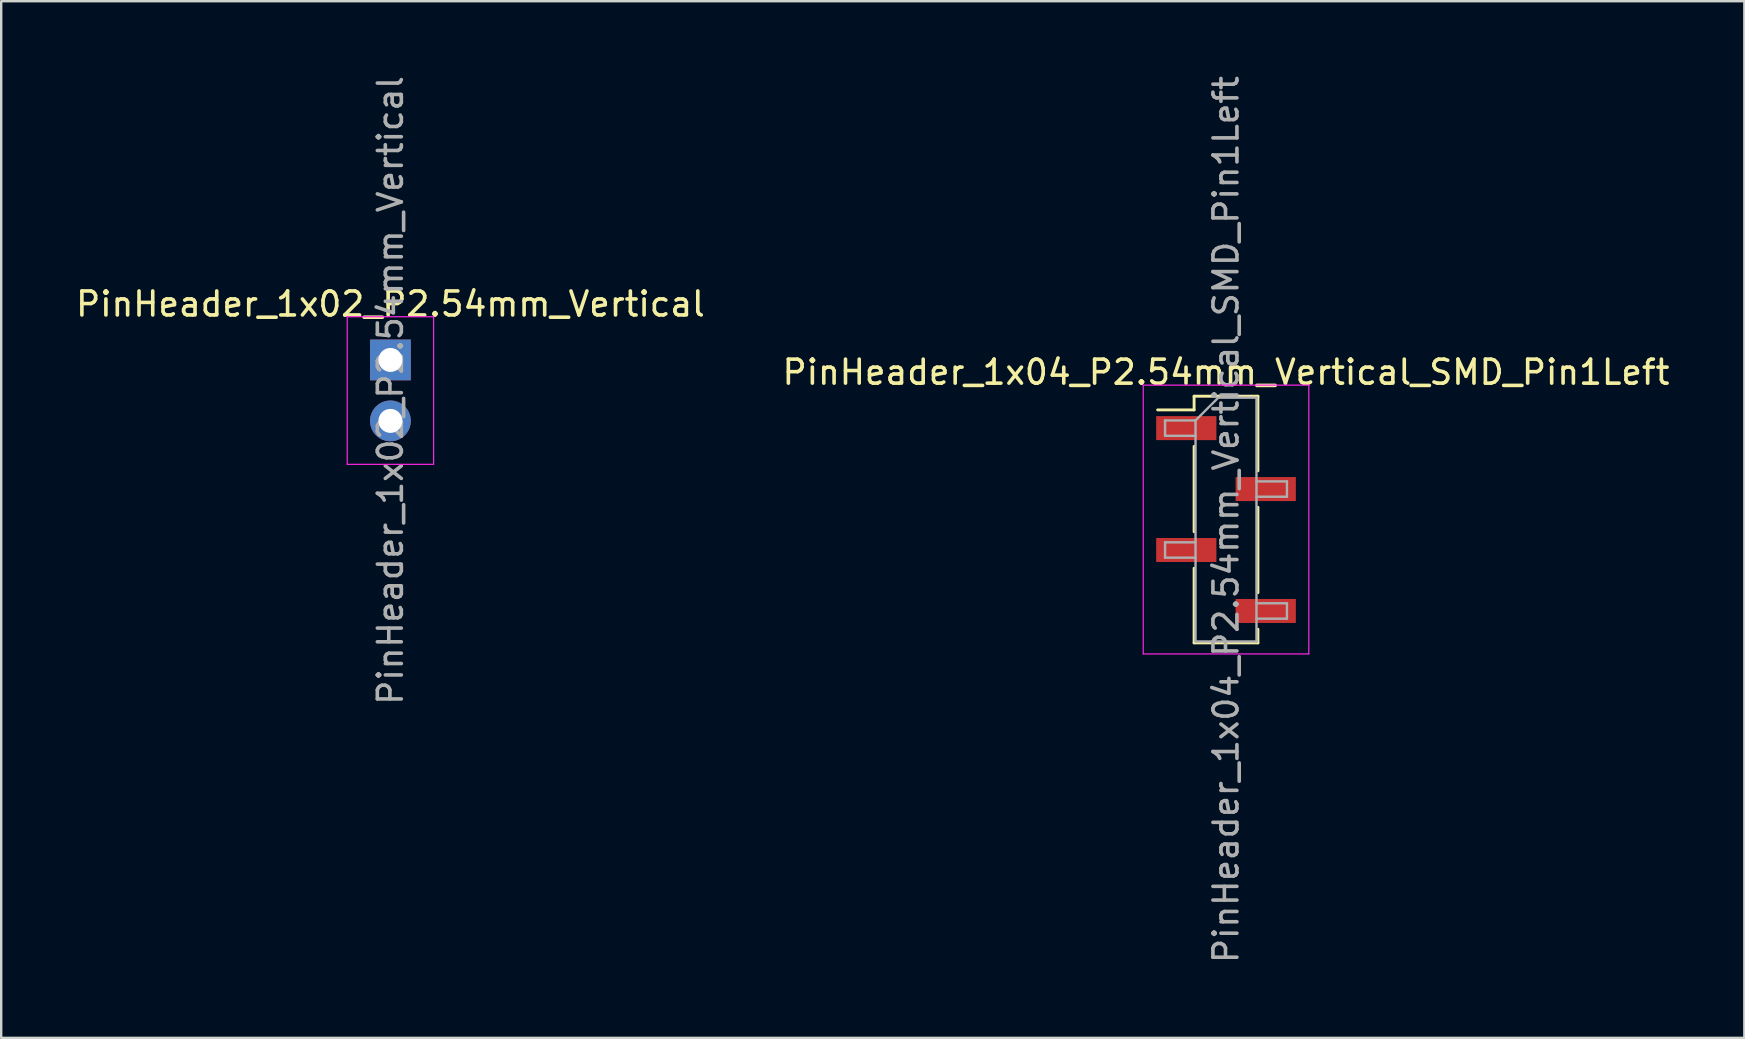
<source format=kicad_pcb>
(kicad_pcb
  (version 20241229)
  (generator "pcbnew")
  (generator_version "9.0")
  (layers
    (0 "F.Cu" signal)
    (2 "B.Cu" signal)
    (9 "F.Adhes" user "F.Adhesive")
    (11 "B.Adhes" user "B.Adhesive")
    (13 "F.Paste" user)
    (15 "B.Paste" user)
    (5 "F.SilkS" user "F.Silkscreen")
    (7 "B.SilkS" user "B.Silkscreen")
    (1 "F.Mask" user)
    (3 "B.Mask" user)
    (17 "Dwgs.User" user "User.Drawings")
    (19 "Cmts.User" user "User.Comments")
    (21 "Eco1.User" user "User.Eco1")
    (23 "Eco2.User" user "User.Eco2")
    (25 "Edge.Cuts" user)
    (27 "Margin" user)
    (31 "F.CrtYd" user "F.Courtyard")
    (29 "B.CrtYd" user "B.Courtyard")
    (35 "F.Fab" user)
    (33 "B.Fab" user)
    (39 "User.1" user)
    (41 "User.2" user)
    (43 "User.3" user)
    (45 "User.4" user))
  (footprint "PinHeader_1x04_P2.54mm_Vertical_SMD_Pin1Left"
    (layer "F.Cu")
    (at 48.042 18.601)
    (property "Reference" "PinHeader_1x04_P2.54mm_Vertical_SMD_Pin1Left" (at 0 -6.14 0) (layer "F.SilkS") (effects (font (size 1 1) (thickness 0.15))))
    (attr smd)
    (fp_line (start -1.33 -5.14) (end -1.33 -4.57) (stroke (width 0.12) (type solid)) (layer "F.SilkS"))
    (fp_line (start -1.33 -5.14) (end 1.33 -5.14) (stroke (width 0.12) (type solid)) (layer "F.SilkS"))
    (fp_line (start -1.33 -4.57) (end -2.85 -4.57) (stroke (width 0.12) (type solid)) (layer "F.SilkS"))
    (fp_line (start -1.33 -3.05) (end -1.33 0.51) (stroke (width 0.12) (type solid)) (layer "F.SilkS"))
    (fp_line (start -1.33 2.03) (end -1.33 5.14) (stroke (width 0.12) (type solid)) (layer "F.SilkS"))
    (fp_line (start -1.33 5.14) (end 1.33 5.14) (stroke (width 0.12) (type solid)) (layer "F.SilkS"))
    (fp_line (start 1.33 -5.14) (end 1.33 -2.03) (stroke (width 0.12) (type solid)) (layer "F.SilkS"))
    (fp_line (start 1.33 -0.51) (end 1.33 3.05) (stroke (width 0.12) (type solid)) (layer "F.SilkS"))
    (fp_line (start 1.33 4.57) (end 1.33 5.14) (stroke (width 0.12) (type solid)) (layer "F.SilkS"))
    (fp_line (start -3.45 -5.6) (end -3.45 5.6) (stroke (width 0.05) (type solid)) (layer "F.CrtYd"))
    (fp_line (start -3.45 5.6) (end 3.45 5.6) (stroke (width 0.05) (type solid)) (layer "F.CrtYd"))
    (fp_line (start 3.45 -5.6) (end -3.45 -5.6) (stroke (width 0.05) (type solid)) (layer "F.CrtYd"))
    (fp_line (start 3.45 5.6) (end 3.45 -5.6) (stroke (width 0.05) (type solid)) (layer "F.CrtYd"))
    (fp_line (start -2.54 -4.13) (end -2.54 -3.49) (stroke (width 0.1) (type solid)) (layer "F.Fab"))
    (fp_line (start -2.54 -3.49) (end -1.27 -3.49) (stroke (width 0.1) (type solid)) (layer "F.Fab"))
    (fp_line (start -2.54 0.95) (end -2.54 1.59) (stroke (width 0.1) (type solid)) (layer "F.Fab"))
    (fp_line (start -2.54 1.59) (end -1.27 1.59) (stroke (width 0.1) (type solid)) (layer "F.Fab"))
    (fp_line (start -1.27 -4.13) (end -2.54 -4.13) (stroke (width 0.1) (type solid)) (layer "F.Fab"))
    (fp_line (start -1.27 -4.13) (end -0.32 -5.08) (stroke (width 0.1) (type solid)) (layer "F.Fab"))
    (fp_line (start -1.27 0.95) (end -2.54 0.95) (stroke (width 0.1) (type solid)) (layer "F.Fab"))
    (fp_line (start -1.27 5.08) (end -1.27 -4.13) (stroke (width 0.1) (type solid)) (layer "F.Fab"))
    (fp_line (start -0.32 -5.08) (end 1.27 -5.08) (stroke (width 0.1) (type solid)) (layer "F.Fab"))
    (fp_line (start 1.27 -5.08) (end 1.27 5.08) (stroke (width 0.1) (type solid)) (layer "F.Fab"))
    (fp_line (start 1.27 -1.59) (end 2.54 -1.59) (stroke (width 0.1) (type solid)) (layer "F.Fab"))
    (fp_line (start 1.27 3.49) (end 2.54 3.49) (stroke (width 0.1) (type solid)) (layer "F.Fab"))
    (fp_line (start 1.27 5.08) (end -1.27 5.08) (stroke (width 0.1) (type solid)) (layer "F.Fab"))
    (fp_line (start 2.54 -1.59) (end 2.54 -0.95) (stroke (width 0.1) (type solid)) (layer "F.Fab"))
    (fp_line (start 2.54 -0.95) (end 1.27 -0.95) (stroke (width 0.1) (type solid)) (layer "F.Fab"))
    (fp_line (start 2.54 3.49) (end 2.54 4.13) (stroke (width 0.1) (type solid)) (layer "F.Fab"))
    (fp_line (start 2.54 4.13) (end 1.27 4.13) (stroke (width 0.1) (type solid)) (layer "F.Fab"))
    (fp_text user "${REFERENCE}" (at 0 0 90) (layer "F.Fab") (effects (font (size 1 1) (thickness 0.15))))
    (pad "1" smd rect (at -1.655 -3.81) (size 2.51 1) (layers "F.Cu" "F.Mask" "F.Paste"))
    (pad "2" smd rect (at 1.655 -1.27) (size 2.51 1) (layers "F.Cu" "F.Mask" "F.Paste"))
    (pad "3" smd rect (at -1.655 1.27) (size 2.51 1) (layers "F.Cu" "F.Mask" "F.Paste"))
    (pad "4" smd rect (at 1.655 3.81) (size 2.51 1) (layers "F.Cu" "F.Mask" "F.Paste")))
  (footprint "PinHeader_1x02_P2.54mm_Vertical"
    (layer "F.Cu")
    (at 13.22 11.95)
    (property "Reference" "PinHeader_1x02_P2.54mm_Vertical" (at 0 -2.33 0) (layer "F.SilkS") (effects (font (size 1 1) (thickness 0.15))))
    (attr through_hole)
    (fp_line (start -1.8 -1.8) (end -1.8 4.35) (stroke (width 0.05) (type solid)) (layer "F.CrtYd"))
    (fp_line (start -1.8 4.35) (end 1.8 4.35) (stroke (width 0.05) (type solid)) (layer "F.CrtYd"))
    (fp_line (start 1.8 -1.8) (end -1.8 -1.8) (stroke (width 0.05) (type solid)) (layer "F.CrtYd"))
    (fp_line (start 1.8 4.35) (end 1.8 -1.8) (stroke (width 0.05) (type solid)) (layer "F.CrtYd"))
    (fp_text user "${REFERENCE}" (at 0 1.27 90) (layer "F.Fab") (effects (font (size 1 1) (thickness 0.15))))
    (pad "1" thru_hole rect (at 0 0) (size 1.7 1.7) (drill 1) (layers "*.Cu" "*.Mask"))
    (pad "2" thru_hole oval (at 0 2.54) (size 1.7 1.7) (drill 1) (layers "*.Cu" "*.Mask")))
  (gr_rect
    (start -3 -3)
    (end 69.643 40.202)
    (stroke (width 0.1) (type default))
    (fill no)
    (layer "Edge.Cuts")))
</source>
